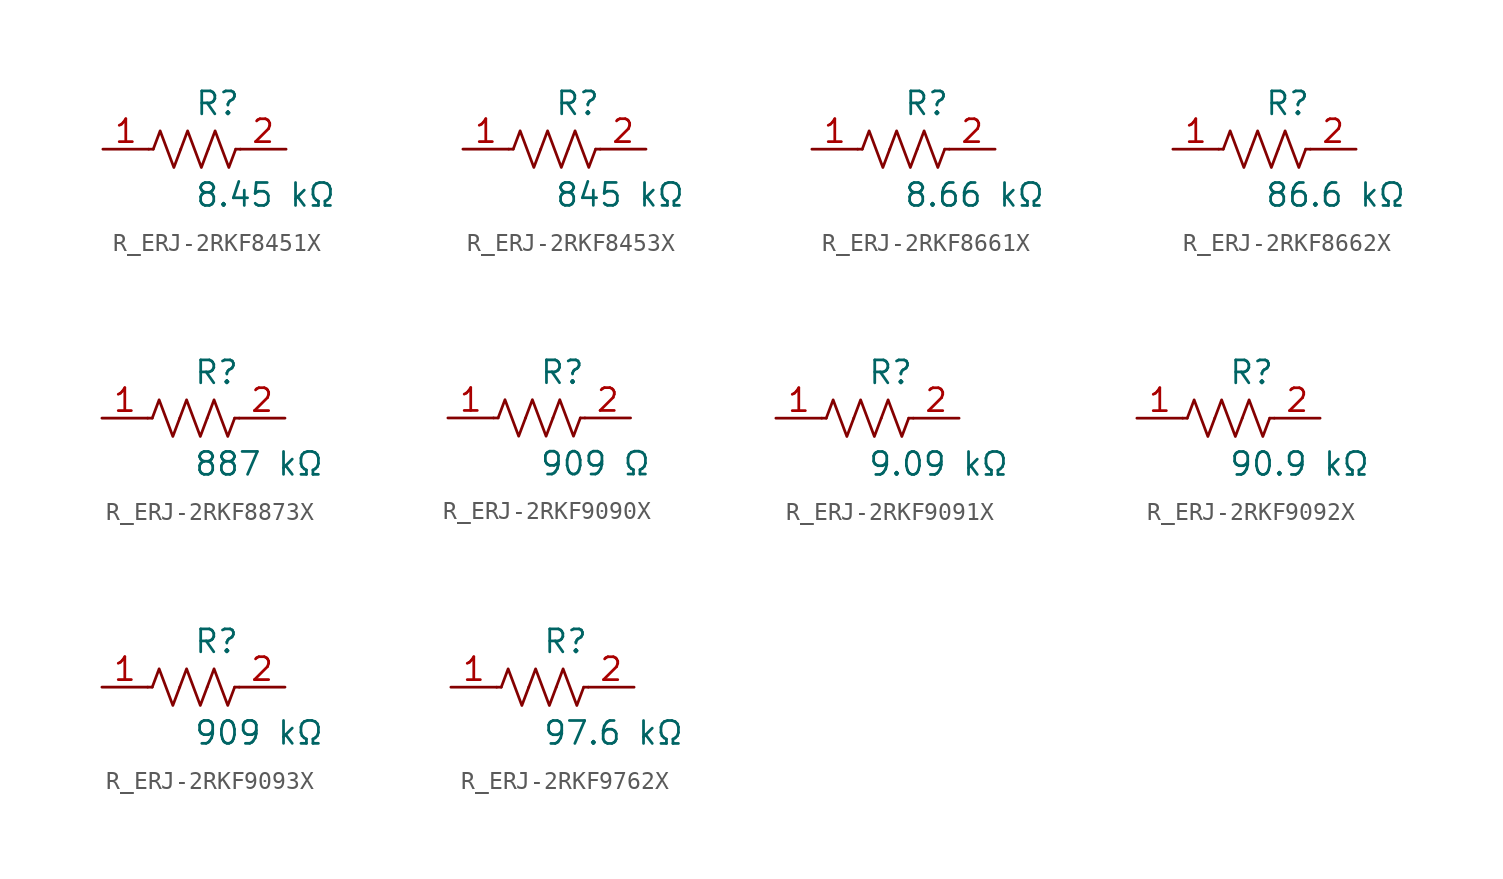
<source format=kicad_sym>
(kicad_symbol_lib
  (version 20231120)
  (generator kicad_symbol_editor)
  (generator_version 8.0)
  (symbol "R_ERJ-2RKF8451X"
    (pin_names
      (offset 0.254))
    (property "Reference" "R"
      (at 0.0 2.54 0)
      (effects (font (size 1.27 1.27)) (justify left)))
    (property "Value" "8.45 kΩ"
      (at 0.0 -2.54 0)
      (effects (font (size 1.27 1.27)) (justify left)))
    (symbol "R_ERJ-2RKF8451X_0_1"
      (polyline (pts (xy 2.286 0) (xy 2.54 0)) (stroke (width 0) (type default)) (fill (type none)))
      (polyline (pts (xy -2.286 0) (xy -2.54 0)) (stroke (width 0) (type default)) (fill (type none)))
      (polyline (pts (xy 0.762 0) (xy 1.143 1.016) (xy 1.524 0) (xy 1.905 -1.016) (xy 2.286 0)) (stroke (width 0) (type default)) (fill (type none)))
      (polyline (pts (xy -0.762 0) (xy -0.381 1.016) (xy 0 0) (xy 0.381 -1.016) (xy 0.762 0)) (stroke (width 0) (type default)) (fill (type none)))
      (polyline (pts (xy -2.286 0) (xy -1.905 1.016) (xy -1.524 0) (xy -1.143 -1.016) (xy -0.762 0)) (stroke (width 0) (type default)) (fill (type none))))
    (pin unspecified line
      (at -5.08 0 0)
      (length 2.54)
      (name "" (effects (font (size 1.27 1.27))))
      (number "1" (effects (font (size 1.27 1.27)))))
    (pin unspecified line
      (at 5.08 0 180)
      (length 2.54)
      (name "" (effects (font (size 1.27 1.27))))
      (number "2" (effects (font (size 1.27 1.27))))))
  (symbol "R_ERJ-2RKF8453X"
    (pin_names
      (offset 0.254))
    (property "Reference" "R"
      (at 0.0 2.54 0)
      (effects (font (size 1.27 1.27)) (justify left)))
    (property "Value" "845 kΩ"
      (at 0.0 -2.54 0)
      (effects (font (size 1.27 1.27)) (justify left)))
    (symbol "R_ERJ-2RKF8453X_0_1"
      (polyline (pts (xy 2.286 0) (xy 2.54 0)) (stroke (width 0) (type default)) (fill (type none)))
      (polyline (pts (xy -2.286 0) (xy -2.54 0)) (stroke (width 0) (type default)) (fill (type none)))
      (polyline (pts (xy 0.762 0) (xy 1.143 1.016) (xy 1.524 0) (xy 1.905 -1.016) (xy 2.286 0)) (stroke (width 0) (type default)) (fill (type none)))
      (polyline (pts (xy -0.762 0) (xy -0.381 1.016) (xy 0 0) (xy 0.381 -1.016) (xy 0.762 0)) (stroke (width 0) (type default)) (fill (type none)))
      (polyline (pts (xy -2.286 0) (xy -1.905 1.016) (xy -1.524 0) (xy -1.143 -1.016) (xy -0.762 0)) (stroke (width 0) (type default)) (fill (type none))))
    (pin unspecified line
      (at -5.08 0 0)
      (length 2.54)
      (name "" (effects (font (size 1.27 1.27))))
      (number "1" (effects (font (size 1.27 1.27)))))
    (pin unspecified line
      (at 5.08 0 180)
      (length 2.54)
      (name "" (effects (font (size 1.27 1.27))))
      (number "2" (effects (font (size 1.27 1.27))))))
  (symbol "R_ERJ-2RKF8661X"
    (pin_names
      (offset 0.254))
    (property "Reference" "R"
      (at 0.0 2.54 0)
      (effects (font (size 1.27 1.27)) (justify left)))
    (property "Value" "8.66 kΩ"
      (at 0.0 -2.54 0)
      (effects (font (size 1.27 1.27)) (justify left)))
    (symbol "R_ERJ-2RKF8661X_0_1"
      (polyline (pts (xy 2.286 0) (xy 2.54 0)) (stroke (width 0) (type default)) (fill (type none)))
      (polyline (pts (xy -2.286 0) (xy -2.54 0)) (stroke (width 0) (type default)) (fill (type none)))
      (polyline (pts (xy 0.762 0) (xy 1.143 1.016) (xy 1.524 0) (xy 1.905 -1.016) (xy 2.286 0)) (stroke (width 0) (type default)) (fill (type none)))
      (polyline (pts (xy -0.762 0) (xy -0.381 1.016) (xy 0 0) (xy 0.381 -1.016) (xy 0.762 0)) (stroke (width 0) (type default)) (fill (type none)))
      (polyline (pts (xy -2.286 0) (xy -1.905 1.016) (xy -1.524 0) (xy -1.143 -1.016) (xy -0.762 0)) (stroke (width 0) (type default)) (fill (type none))))
    (pin unspecified line
      (at -5.08 0 0)
      (length 2.54)
      (name "" (effects (font (size 1.27 1.27))))
      (number "1" (effects (font (size 1.27 1.27)))))
    (pin unspecified line
      (at 5.08 0 180)
      (length 2.54)
      (name "" (effects (font (size 1.27 1.27))))
      (number "2" (effects (font (size 1.27 1.27))))))
  (symbol "R_ERJ-2RKF8662X"
    (pin_names
      (offset 0.254))
    (property "Reference" "R"
      (at 0.0 2.54 0)
      (effects (font (size 1.27 1.27)) (justify left)))
    (property "Value" "86.6 kΩ"
      (at 0.0 -2.54 0)
      (effects (font (size 1.27 1.27)) (justify left)))
    (symbol "R_ERJ-2RKF8662X_0_1"
      (polyline (pts (xy 2.286 0) (xy 2.54 0)) (stroke (width 0) (type default)) (fill (type none)))
      (polyline (pts (xy -2.286 0) (xy -2.54 0)) (stroke (width 0) (type default)) (fill (type none)))
      (polyline (pts (xy 0.762 0) (xy 1.143 1.016) (xy 1.524 0) (xy 1.905 -1.016) (xy 2.286 0)) (stroke (width 0) (type default)) (fill (type none)))
      (polyline (pts (xy -0.762 0) (xy -0.381 1.016) (xy 0 0) (xy 0.381 -1.016) (xy 0.762 0)) (stroke (width 0) (type default)) (fill (type none)))
      (polyline (pts (xy -2.286 0) (xy -1.905 1.016) (xy -1.524 0) (xy -1.143 -1.016) (xy -0.762 0)) (stroke (width 0) (type default)) (fill (type none))))
    (pin unspecified line
      (at -5.08 0 0)
      (length 2.54)
      (name "" (effects (font (size 1.27 1.27))))
      (number "1" (effects (font (size 1.27 1.27)))))
    (pin unspecified line
      (at 5.08 0 180)
      (length 2.54)
      (name "" (effects (font (size 1.27 1.27))))
      (number "2" (effects (font (size 1.27 1.27))))))
  (symbol "R_ERJ-2RKF8873X"
    (pin_names
      (offset 0.254))
    (property "Reference" "R"
      (at 0.0 2.54 0)
      (effects (font (size 1.27 1.27)) (justify left)))
    (property "Value" "887 kΩ"
      (at 0.0 -2.54 0)
      (effects (font (size 1.27 1.27)) (justify left)))
    (symbol "R_ERJ-2RKF8873X_0_1"
      (polyline (pts (xy 2.286 0) (xy 2.54 0)) (stroke (width 0) (type default)) (fill (type none)))
      (polyline (pts (xy -2.286 0) (xy -2.54 0)) (stroke (width 0) (type default)) (fill (type none)))
      (polyline (pts (xy 0.762 0) (xy 1.143 1.016) (xy 1.524 0) (xy 1.905 -1.016) (xy 2.286 0)) (stroke (width 0) (type default)) (fill (type none)))
      (polyline (pts (xy -0.762 0) (xy -0.381 1.016) (xy 0 0) (xy 0.381 -1.016) (xy 0.762 0)) (stroke (width 0) (type default)) (fill (type none)))
      (polyline (pts (xy -2.286 0) (xy -1.905 1.016) (xy -1.524 0) (xy -1.143 -1.016) (xy -0.762 0)) (stroke (width 0) (type default)) (fill (type none))))
    (pin unspecified line
      (at -5.08 0 0)
      (length 2.54)
      (name "" (effects (font (size 1.27 1.27))))
      (number "1" (effects (font (size 1.27 1.27)))))
    (pin unspecified line
      (at 5.08 0 180)
      (length 2.54)
      (name "" (effects (font (size 1.27 1.27))))
      (number "2" (effects (font (size 1.27 1.27))))))
  (symbol "R_ERJ-2RKF9090X"
    (pin_names
      (offset 0.254))
    (property "Reference" "R"
      (at 0.0 2.54 0)
      (effects (font (size 1.27 1.27)) (justify left)))
    (property "Value" "909 Ω"
      (at 0.0 -2.54 0)
      (effects (font (size 1.27 1.27)) (justify left)))
    (symbol "R_ERJ-2RKF9090X_0_1"
      (polyline (pts (xy 2.286 0) (xy 2.54 0)) (stroke (width 0) (type default)) (fill (type none)))
      (polyline (pts (xy -2.286 0) (xy -2.54 0)) (stroke (width 0) (type default)) (fill (type none)))
      (polyline (pts (xy 0.762 0) (xy 1.143 1.016) (xy 1.524 0) (xy 1.905 -1.016) (xy 2.286 0)) (stroke (width 0) (type default)) (fill (type none)))
      (polyline (pts (xy -0.762 0) (xy -0.381 1.016) (xy 0 0) (xy 0.381 -1.016) (xy 0.762 0)) (stroke (width 0) (type default)) (fill (type none)))
      (polyline (pts (xy -2.286 0) (xy -1.905 1.016) (xy -1.524 0) (xy -1.143 -1.016) (xy -0.762 0)) (stroke (width 0) (type default)) (fill (type none))))
    (pin unspecified line
      (at -5.08 0 0)
      (length 2.54)
      (name "" (effects (font (size 1.27 1.27))))
      (number "1" (effects (font (size 1.27 1.27)))))
    (pin unspecified line
      (at 5.08 0 180)
      (length 2.54)
      (name "" (effects (font (size 1.27 1.27))))
      (number "2" (effects (font (size 1.27 1.27))))))
  (symbol "R_ERJ-2RKF9091X"
    (pin_names
      (offset 0.254))
    (property "Reference" "R"
      (at 0.0 2.54 0)
      (effects (font (size 1.27 1.27)) (justify left)))
    (property "Value" "9.09 kΩ"
      (at 0.0 -2.54 0)
      (effects (font (size 1.27 1.27)) (justify left)))
    (symbol "R_ERJ-2RKF9091X_0_1"
      (polyline (pts (xy 2.286 0) (xy 2.54 0)) (stroke (width 0) (type default)) (fill (type none)))
      (polyline (pts (xy -2.286 0) (xy -2.54 0)) (stroke (width 0) (type default)) (fill (type none)))
      (polyline (pts (xy 0.762 0) (xy 1.143 1.016) (xy 1.524 0) (xy 1.905 -1.016) (xy 2.286 0)) (stroke (width 0) (type default)) (fill (type none)))
      (polyline (pts (xy -0.762 0) (xy -0.381 1.016) (xy 0 0) (xy 0.381 -1.016) (xy 0.762 0)) (stroke (width 0) (type default)) (fill (type none)))
      (polyline (pts (xy -2.286 0) (xy -1.905 1.016) (xy -1.524 0) (xy -1.143 -1.016) (xy -0.762 0)) (stroke (width 0) (type default)) (fill (type none))))
    (pin unspecified line
      (at -5.08 0 0)
      (length 2.54)
      (name "" (effects (font (size 1.27 1.27))))
      (number "1" (effects (font (size 1.27 1.27)))))
    (pin unspecified line
      (at 5.08 0 180)
      (length 2.54)
      (name "" (effects (font (size 1.27 1.27))))
      (number "2" (effects (font (size 1.27 1.27))))))
  (symbol "R_ERJ-2RKF9092X"
    (pin_names
      (offset 0.254))
    (property "Reference" "R"
      (at 0.0 2.54 0)
      (effects (font (size 1.27 1.27)) (justify left)))
    (property "Value" "90.9 kΩ"
      (at 0.0 -2.54 0)
      (effects (font (size 1.27 1.27)) (justify left)))
    (symbol "R_ERJ-2RKF9092X_0_1"
      (polyline (pts (xy 2.286 0) (xy 2.54 0)) (stroke (width 0) (type default)) (fill (type none)))
      (polyline (pts (xy -2.286 0) (xy -2.54 0)) (stroke (width 0) (type default)) (fill (type none)))
      (polyline (pts (xy 0.762 0) (xy 1.143 1.016) (xy 1.524 0) (xy 1.905 -1.016) (xy 2.286 0)) (stroke (width 0) (type default)) (fill (type none)))
      (polyline (pts (xy -0.762 0) (xy -0.381 1.016) (xy 0 0) (xy 0.381 -1.016) (xy 0.762 0)) (stroke (width 0) (type default)) (fill (type none)))
      (polyline (pts (xy -2.286 0) (xy -1.905 1.016) (xy -1.524 0) (xy -1.143 -1.016) (xy -0.762 0)) (stroke (width 0) (type default)) (fill (type none))))
    (pin unspecified line
      (at -5.08 0 0)
      (length 2.54)
      (name "" (effects (font (size 1.27 1.27))))
      (number "1" (effects (font (size 1.27 1.27)))))
    (pin unspecified line
      (at 5.08 0 180)
      (length 2.54)
      (name "" (effects (font (size 1.27 1.27))))
      (number "2" (effects (font (size 1.27 1.27))))))
  (symbol "R_ERJ-2RKF9093X"
    (pin_names
      (offset 0.254))
    (property "Reference" "R"
      (at 0.0 2.54 0)
      (effects (font (size 1.27 1.27)) (justify left)))
    (property "Value" "909 kΩ"
      (at 0.0 -2.54 0)
      (effects (font (size 1.27 1.27)) (justify left)))
    (symbol "R_ERJ-2RKF9093X_0_1"
      (polyline (pts (xy 2.286 0) (xy 2.54 0)) (stroke (width 0) (type default)) (fill (type none)))
      (polyline (pts (xy -2.286 0) (xy -2.54 0)) (stroke (width 0) (type default)) (fill (type none)))
      (polyline (pts (xy 0.762 0) (xy 1.143 1.016) (xy 1.524 0) (xy 1.905 -1.016) (xy 2.286 0)) (stroke (width 0) (type default)) (fill (type none)))
      (polyline (pts (xy -0.762 0) (xy -0.381 1.016) (xy 0 0) (xy 0.381 -1.016) (xy 0.762 0)) (stroke (width 0) (type default)) (fill (type none)))
      (polyline (pts (xy -2.286 0) (xy -1.905 1.016) (xy -1.524 0) (xy -1.143 -1.016) (xy -0.762 0)) (stroke (width 0) (type default)) (fill (type none))))
    (pin unspecified line
      (at -5.08 0 0)
      (length 2.54)
      (name "" (effects (font (size 1.27 1.27))))
      (number "1" (effects (font (size 1.27 1.27)))))
    (pin unspecified line
      (at 5.08 0 180)
      (length 2.54)
      (name "" (effects (font (size 1.27 1.27))))
      (number "2" (effects (font (size 1.27 1.27))))))
  (symbol "R_ERJ-2RKF9762X"
    (pin_names
      (offset 0.254))
    (property "Reference" "R"
      (at 0.0 2.54 0)
      (effects (font (size 1.27 1.27)) (justify left)))
    (property "Value" "97.6 kΩ"
      (at 0.0 -2.54 0)
      (effects (font (size 1.27 1.27)) (justify left)))
    (symbol "R_ERJ-2RKF9762X_0_1"
      (polyline (pts (xy 2.286 0) (xy 2.54 0)) (stroke (width 0) (type default)) (fill (type none)))
      (polyline (pts (xy -2.286 0) (xy -2.54 0)) (stroke (width 0) (type default)) (fill (type none)))
      (polyline (pts (xy 0.762 0) (xy 1.143 1.016) (xy 1.524 0) (xy 1.905 -1.016) (xy 2.286 0)) (stroke (width 0) (type default)) (fill (type none)))
      (polyline (pts (xy -0.762 0) (xy -0.381 1.016) (xy 0 0) (xy 0.381 -1.016) (xy 0.762 0)) (stroke (width 0) (type default)) (fill (type none)))
      (polyline (pts (xy -2.286 0) (xy -1.905 1.016) (xy -1.524 0) (xy -1.143 -1.016) (xy -0.762 0)) (stroke (width 0) (type default)) (fill (type none))))
    (pin unspecified line
      (at -5.08 0 0)
      (length 2.54)
      (name "" (effects (font (size 1.27 1.27))))
      (number "1" (effects (font (size 1.27 1.27)))))
    (pin unspecified line
      (at 5.08 0 180)
      (length 2.54)
      (name "" (effects (font (size 1.27 1.27))))
      (number "2" (effects (font (size 1.27 1.27)))))))
</source>
